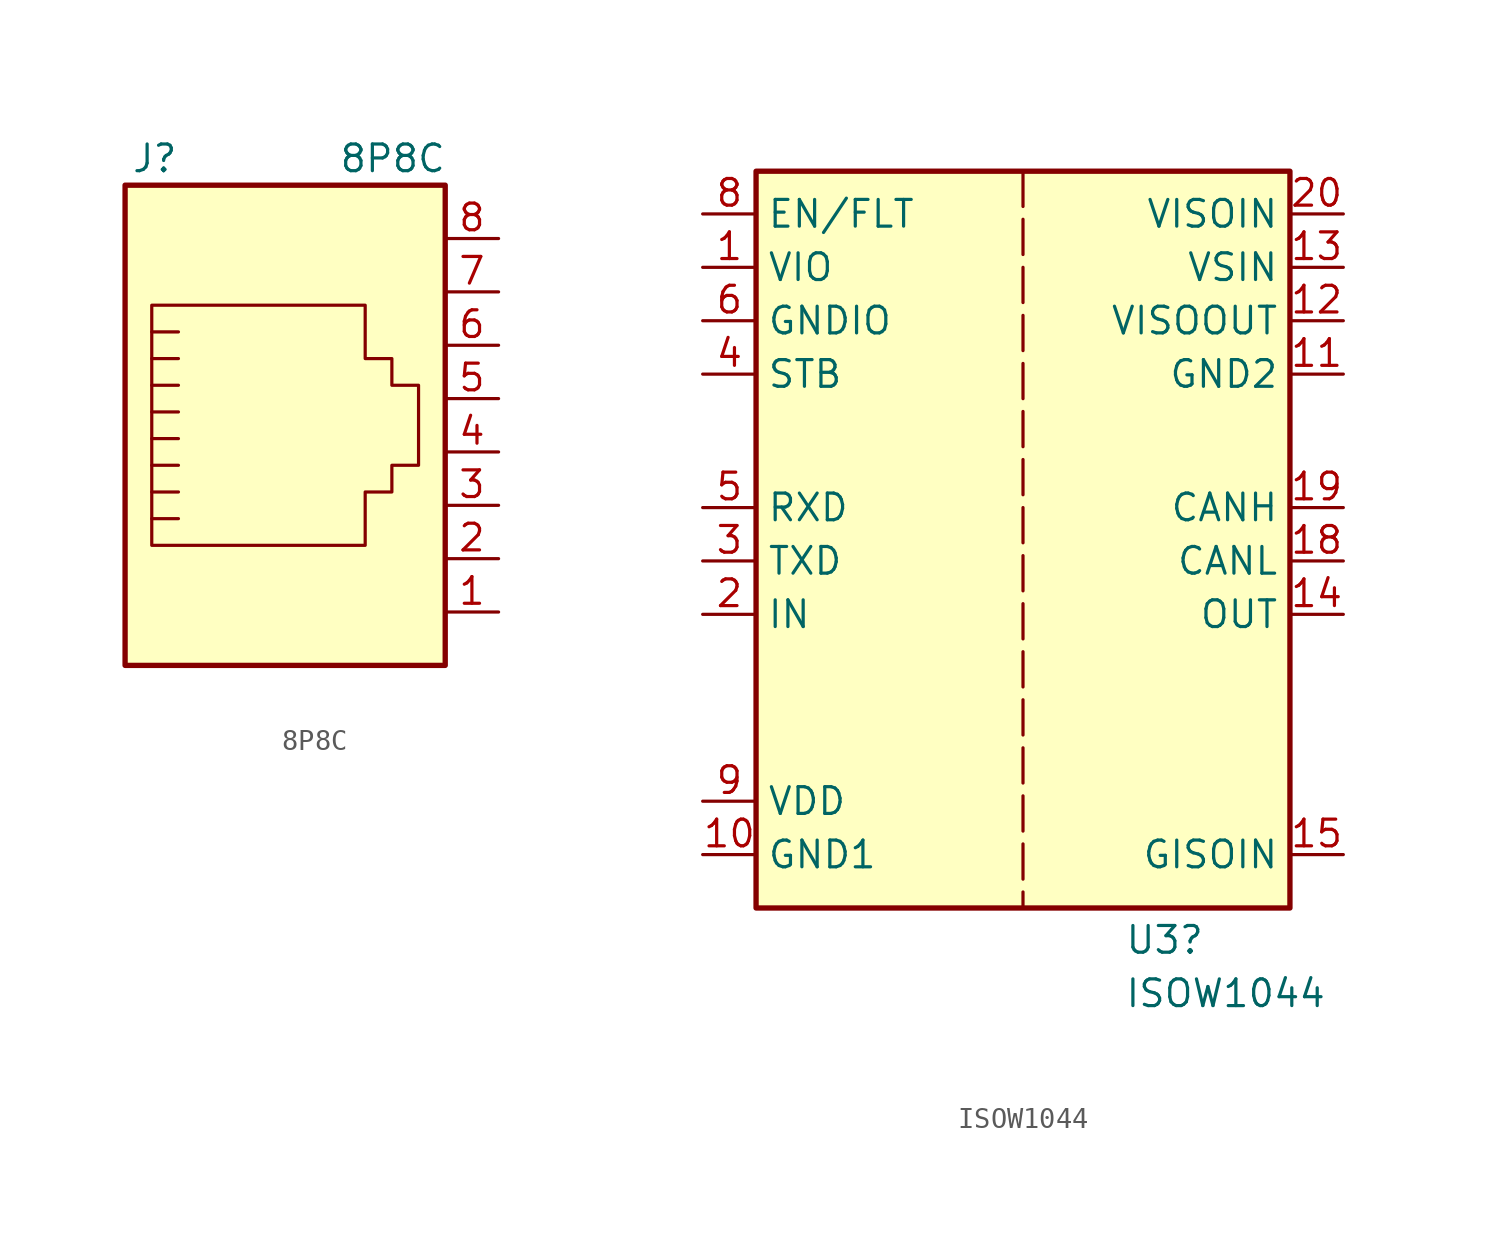
<source format=kicad_sym>
(kicad_symbol_lib
  (version 20241209)
  (generator "kicad_symbol_editor")
  (generator_version "9.0")
  (symbol "8P8C"
    (pin_names
      (offset 1.016))
    (property "Reference" "J"
      (at -5.08 13.97 0)
      (effects (font (size 1.27 1.27)) (justify right)))
    (property "Value" "8P8C"
      (at 2.54 13.97 0)
      (effects (font (size 1.27 1.27)) (justify left)))
    (symbol "8P8C_0_1"
      (rectangle (start -7.62 12.7) (end 7.62 -10.16) (stroke (width 0.254) (type default)) (fill (type background)))
      (polyline (pts (xy -6.35 1.905) (xy -5.08 1.905) (xy -5.08 1.905)) (stroke (width 0) (type default)) (fill (type none)))
      (polyline (pts (xy -6.35 0.635) (xy -5.08 0.635) (xy -5.08 0.635)) (stroke (width 0) (type default)) (fill (type none)))
      (polyline (pts (xy -6.35 -0.635) (xy -5.08 -0.635) (xy -5.08 -0.635)) (stroke (width 0) (type default)) (fill (type none)))
      (polyline (pts (xy -6.35 -1.905) (xy -5.08 -1.905) (xy -5.08 -1.905)) (stroke (width 0) (type default)) (fill (type none)))
      (polyline (pts (xy -6.35 -3.175) (xy -5.08 -3.175) (xy -5.08 -3.175)) (stroke (width 0) (type default)) (fill (type none)))
      (polyline (pts (xy -6.35 -4.445) (xy -6.35 6.985) (xy 3.81 6.985) (xy 3.81 4.445) (xy 5.08 4.445) (xy 5.08 3.175) (xy 6.35 3.175) (xy 6.35 -0.635) (xy 5.08 -0.635) (xy 5.08 -1.905) (xy 3.81 -1.905) (xy 3.81 -4.445) (xy -6.35 -4.445) (xy -6.35 -4.445)) (stroke (width 0) (type default)) (fill (type none)))
      (polyline (pts (xy -5.08 5.715) (xy -6.35 5.715)) (stroke (width 0) (type default)) (fill (type none)))
      (polyline (pts (xy -5.08 4.445) (xy -6.35 4.445)) (stroke (width 0) (type default)) (fill (type none)))
      (polyline (pts (xy -5.08 3.175) (xy -6.35 3.175) (xy -6.35 3.175)) (stroke (width 0) (type default)) (fill (type none))))
    (symbol "8P8C_1_1"
      (pin passive line (at 10.16 10.16 180) (length 2.54) (name "~" (effects (font (size 1.27 1.27)))) (number "8" (effects (font (size 1.27 1.27)))))
      (pin passive line (at 10.16 7.62 180) (length 2.54) (name "~" (effects (font (size 1.27 1.27)))) (number "7" (effects (font (size 1.27 1.27)))))
      (pin passive line (at 10.16 5.08 180) (length 2.54) (name "~" (effects (font (size 1.27 1.27)))) (number "6" (effects (font (size 1.27 1.27)))))
      (pin passive line (at 10.16 2.54 180) (length 2.54) (name "~" (effects (font (size 1.27 1.27)))) (number "5" (effects (font (size 1.27 1.27)))))
      (pin passive line (at 10.16 0 180) (length 2.54) (name "~" (effects (font (size 1.27 1.27)))) (number "4" (effects (font (size 1.27 1.27)))))
      (pin passive line (at 10.16 -2.54 180) (length 2.54) (name "~" (effects (font (size 1.27 1.27)))) (number "3" (effects (font (size 1.27 1.27)))))
      (pin passive line (at 10.16 -5.08 180) (length 2.54) (name "~" (effects (font (size 1.27 1.27)))) (number "2" (effects (font (size 1.27 1.27)))))
      (pin passive line (at 10.16 -7.62 180) (length 2.54) (name "~" (effects (font (size 1.27 1.27)))) (number "1" (effects (font (size 1.27 1.27)))))))
  (symbol "ISOW1044"
    (property "Reference" "U3"
      (at 4.826 -18.034 0)
      (effects (font (size 1.27 1.27)) (justify left)))
    (property "Value" "ISOW1044"
      (at 4.826 -20.574 0)
      (effects (font (size 1.27 1.27)) (justify left)))
    (symbol "ISOW1044_0_1"
      (rectangle (start -12.7 18.542) (end 12.7 -16.51) (stroke (width 0.254) (type default)) (fill (type background))))
    (symbol "ISOW1044_1_1"
      (polyline (pts (xy 0 18.542) (xy 0 -16.51)) (stroke (width 0) (type dash)) (fill (type none)))
      (pin input line (at -15.24 16.51 0) (length 2.54) (name "EN/FLT" (effects (font (size 1.27 1.27)))) (number "8" (effects (font (size 1.27 1.27)))))
      (pin power_in line (at -15.24 13.97 0) (length 2.54) (name "VIO" (effects (font (size 1.27 1.27)))) (number "1" (effects (font (size 1.27 1.27)))))
      (pin power_in line (at -15.24 11.43 0) (length 2.54) (name "GNDIO" (effects (font (size 1.27 1.27)))) (number "6" (effects (font (size 1.27 1.27)))))
      (pin input line (at -15.24 8.89 0) (length 2.54) (name "STB" (effects (font (size 1.27 1.27)))) (number "4" (effects (font (size 1.27 1.27)))))
      (pin output line (at -15.24 2.54 0) (length 2.54) (name "RXD" (effects (font (size 1.27 1.27)))) (number "5" (effects (font (size 1.27 1.27)))))
      (pin input line (at -15.24 0 0) (length 2.54) (name "TXD" (effects (font (size 1.27 1.27)))) (number "3" (effects (font (size 1.27 1.27)))))
      (pin input line (at -15.24 -2.54 0) (length 2.54) (name "IN" (effects (font (size 1.27 1.27)))) (number "2" (effects (font (size 1.27 1.27)))))
      (pin power_in line (at -15.24 -11.43 0) (length 2.54) (name "VDD" (effects (font (size 1.27 1.27)))) (number "9" (effects (font (size 1.27 1.27)))))
      (pin power_in line (at -15.24 -13.97 0) (length 2.54) (name "GND1" (effects (font (size 1.27 1.27)))) (number "10" (effects (font (size 1.27 1.27)))))
      (pin no_connect line (at -12.7 -11.43 0) (length 2.54) (hide yes) (name "NC" (effects (font (size 1.27 1.27)))) (number "7" (effects (font (size 1.27 1.27)))))
      (pin passive line (at 2.54 -19.05 90) (length 2.54) (hide yes) (name "GISOIN" (effects (font (size 1.27 1.27)))) (number "16" (effects (font (size 1.27 1.27)))))
      (pin passive line (at 2.54 -19.05 90) (length 2.54) (hide yes) (name "GISOIN" (effects (font (size 1.27 1.27)))) (number "17" (effects (font (size 1.27 1.27)))))
      (pin power_in line (at 15.24 16.51 180) (length 2.54) (name "VISOIN" (effects (font (size 1.27 1.27)))) (number "20" (effects (font (size 1.27 1.27)))))
      (pin power_in line (at 15.24 13.97 180) (length 2.54) (name "VSIN" (effects (font (size 1.27 1.27)))) (number "13" (effects (font (size 1.27 1.27)))))
      (pin power_out line (at 15.24 11.43 180) (length 2.54) (name "VISOOUT" (effects (font (size 1.27 1.27)))) (number "12" (effects (font (size 1.27 1.27)))))
      (pin power_out line (at 15.24 8.89 180) (length 2.54) (name "GND2" (effects (font (size 1.27 1.27)))) (number "11" (effects (font (size 1.27 1.27)))))
      (pin bidirectional line (at 15.24 2.54 180) (length 2.54) (name "CANH" (effects (font (size 1.27 1.27)))) (number "19" (effects (font (size 1.27 1.27)))))
      (pin bidirectional line (at 15.24 0 180) (length 2.54) (name "CANL" (effects (font (size 1.27 1.27)))) (number "18" (effects (font (size 1.27 1.27)))))
      (pin output line (at 15.24 -2.54 180) (length 2.54) (name "OUT" (effects (font (size 1.27 1.27)))) (number "14" (effects (font (size 1.27 1.27)))))
      (pin power_in line (at 15.24 -13.97 180) (length 2.54) (name "GISOIN" (effects (font (size 1.27 1.27)))) (number "15" (effects (font (size 1.27 1.27))))))))
</source>
